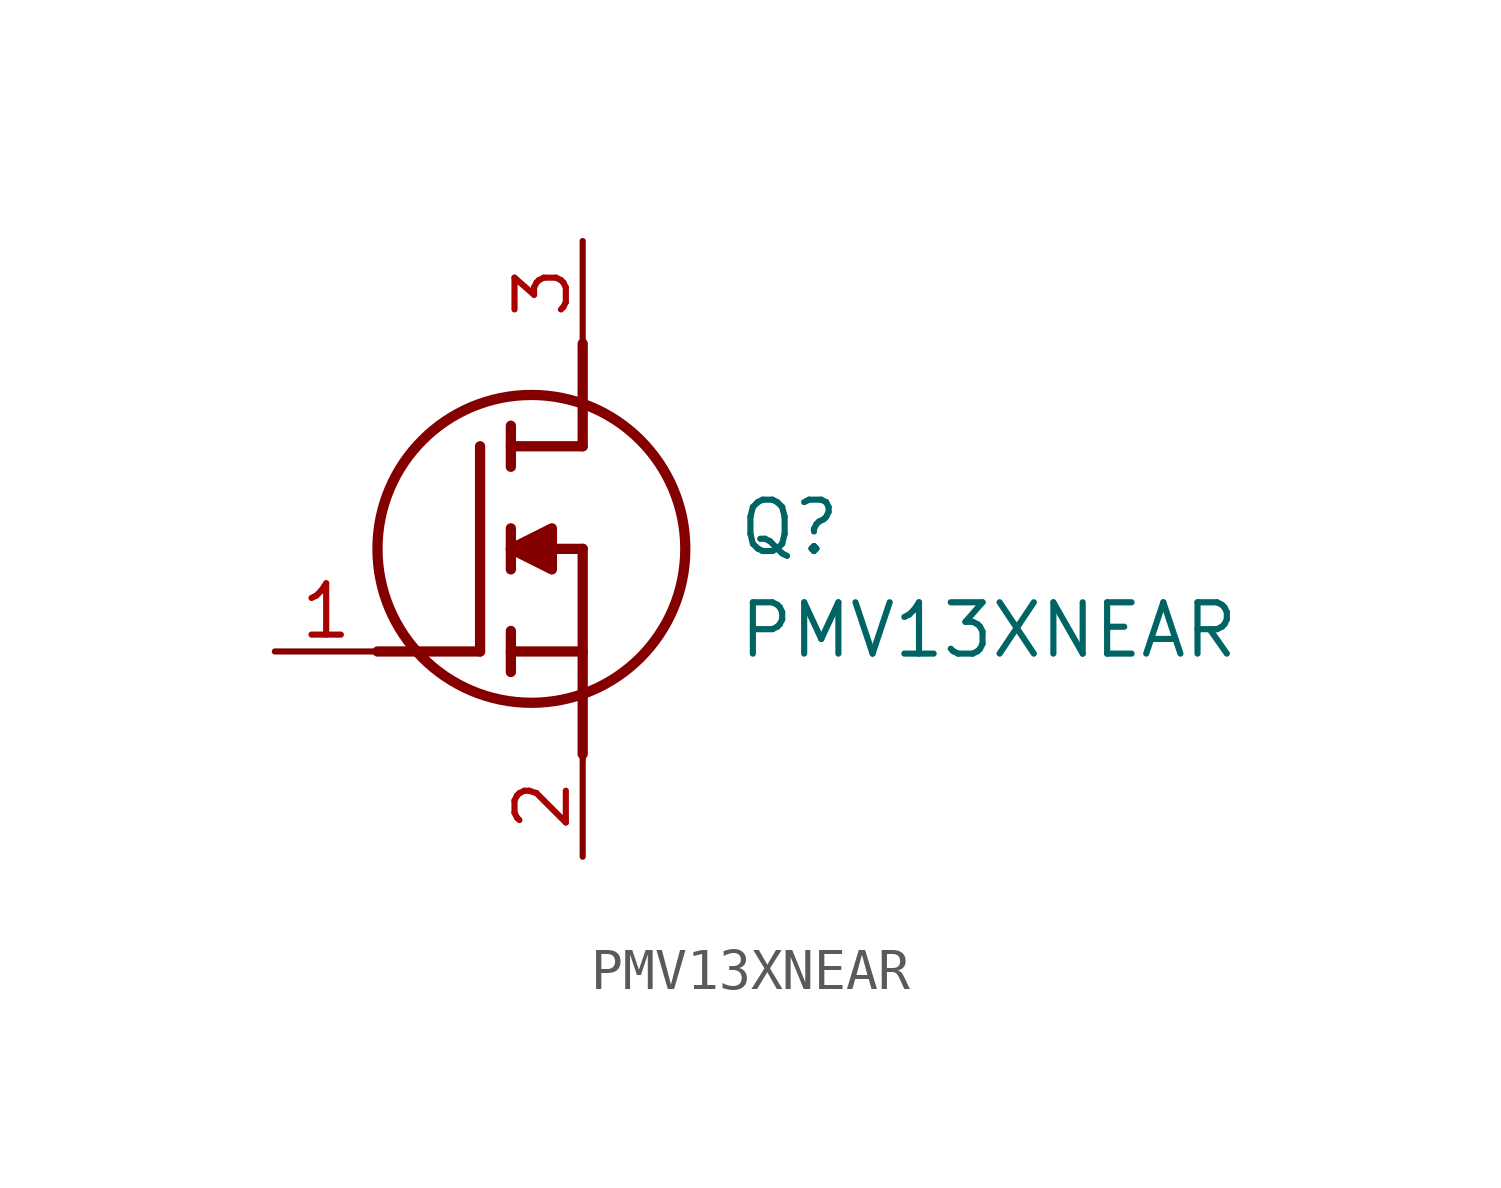
<source format=kicad_sym>
(kicad_symbol_lib
  (version 20211014)
  (generator SamacSys_ECAD_Model)
  (symbol "PMV13XNEAR"
    (pin_names hide)
    (property "Reference" "Q"
      (at 11.43 3.81 0)
      (effects (font (size 1.27 1.27)) (justify left top)))
    (property "Value" "PMV13XNEAR"
      (at 11.43 1.27 0)
      (effects (font (size 1.27 1.27)) (justify left top)))
    (polyline
      (pts (xy 7.62 2.54) (xy 7.62 -2.54))
      (stroke (width 0.254) (type default))
      (fill (type none)))
    (polyline
      (pts (xy 7.62 5.08) (xy 7.62 7.62))
      (stroke (width 0.254) (type default))
      (fill (type none)))
    (polyline
      (pts (xy 2.54 0) (xy 5.08 0))
      (stroke (width 0.254) (type default))
      (fill (type none)))
    (polyline
      (pts (xy 5.08 5.08) (xy 5.08 0))
      (stroke (width 0.254) (type default))
      (fill (type none)))
    (polyline
      (pts (xy 7.62 2.54) (xy 5.842 2.54))
      (stroke (width 0.254) (type default))
      (fill (type none)))
    (polyline
      (pts (xy 7.62 5.08) (xy 5.842 5.08))
      (stroke (width 0.254) (type default))
      (fill (type none)))
    (polyline
      (pts (xy 5.842 0) (xy 7.62 0))
      (stroke (width 0.254) (type default))
      (fill (type none)))
    (polyline
      (pts (xy 5.842 5.588) (xy 5.842 4.572))
      (stroke (width 0.254) (type default))
      (fill (type none)))
    (polyline
      (pts (xy 5.842 -0.508) (xy 5.842 0.508))
      (stroke (width 0.254) (type default))
      (fill (type none)))
    (polyline
      (pts (xy 5.842 2.032) (xy 5.842 3.048))
      (stroke (width 0.254) (type default))
      (fill (type none)))
    (circle
      (center 6.35 2.54)
      (radius 3.81)
      (stroke (width 0.254) (type default))
      (fill (type none)))
    (polyline
      (pts (xy 5.842 2.54) (xy 6.858 3.048) (xy 6.858 2.032) (xy 5.842 2.54))
      (stroke (width 0.254) (type default))
      (fill (type outline)))
    (pin passive line
      (at 0 0 0)
      (length 2.54)
      (name "G" (effects (font (size 1.27 1.27))))
      (number "1" (effects (font (size 1.27 1.27)))))
    (pin passive line
      (at 7.62 10.16 270)
      (length 2.54)
      (name "D" (effects (font (size 1.27 1.27))))
      (number "3" (effects (font (size 1.27 1.27)))))
    (pin passive line
      (at 7.62 -5.08 90)
      (length 2.54)
      (name "S" (effects (font (size 1.27 1.27))))
      (number "2" (effects (font (size 1.27 1.27)))))))
</source>
